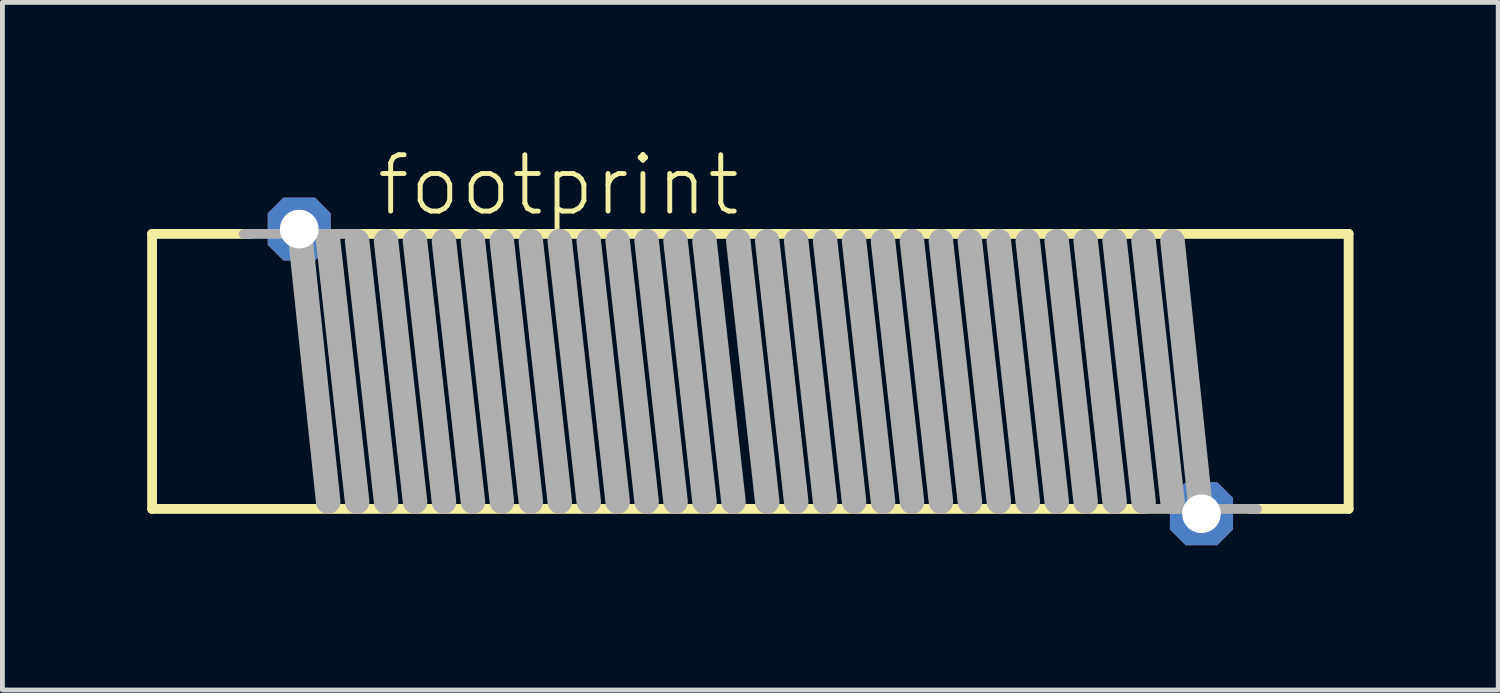
<source format=kicad_pcb>
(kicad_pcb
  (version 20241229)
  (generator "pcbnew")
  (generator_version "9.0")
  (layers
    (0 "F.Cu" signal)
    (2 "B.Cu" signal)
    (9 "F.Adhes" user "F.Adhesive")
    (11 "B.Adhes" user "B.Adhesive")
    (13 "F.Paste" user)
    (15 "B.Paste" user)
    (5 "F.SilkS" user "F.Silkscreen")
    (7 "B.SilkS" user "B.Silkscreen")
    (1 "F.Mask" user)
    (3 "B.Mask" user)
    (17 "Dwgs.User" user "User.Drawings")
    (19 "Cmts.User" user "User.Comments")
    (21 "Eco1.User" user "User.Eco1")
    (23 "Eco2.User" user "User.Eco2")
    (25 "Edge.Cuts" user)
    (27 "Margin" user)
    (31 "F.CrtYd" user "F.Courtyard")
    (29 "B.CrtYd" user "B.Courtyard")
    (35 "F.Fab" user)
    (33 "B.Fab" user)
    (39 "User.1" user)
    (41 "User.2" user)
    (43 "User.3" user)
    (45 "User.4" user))
  (footprint "footprint"
    (layer "F.Cu")
    (at 12.502 4.648)
    (property "Reference" "footprint" (at -7.8 -3.175 0) (layer "F.SilkS") (effects (font (size 1.168 1.168) (thickness 0.102)) (justify left bottom)))
    (fp_line (start -12.4 -2.85) (end -10.35 -2.85) (stroke (width 0.203) (type solid)) (layer "F.SilkS"))
    (fp_line (start -12.4 2.85) (end -12.4 -2.85) (stroke (width 0.203) (type solid)) (layer "F.SilkS"))
    (fp_line (start -8.15 -2.85) (end 12.4 -2.85) (stroke (width 0.203) (type solid)) (layer "F.SilkS"))
    (fp_line (start 8.15 2.85) (end -12.4 2.85) (stroke (width 0.203) (type solid)) (layer "F.SilkS"))
    (fp_line (start 12.4 -2.85) (end 12.4 2.85) (stroke (width 0.203) (type solid)) (layer "F.SilkS"))
    (fp_line (start 12.4 2.85) (end 10.35 2.85) (stroke (width 0.203) (type solid)) (layer "F.SilkS"))
    (fp_line (start -10.5 -2.85) (end -8.15 -2.85) (stroke (width 0.203) (type solid)) (layer "F.Fab"))
    (fp_line (start -8.75 2.7) (end -9.35 -3) (stroke (width 0.508) (type solid)) (layer "F.Fab"))
    (fp_line (start -8.15 2.7) (end -8.75 -2.7) (stroke (width 0.508) (type solid)) (layer "F.Fab"))
    (fp_line (start -7.55 2.7) (end -8.15 -2.7) (stroke (width 0.508) (type solid)) (layer "F.Fab"))
    (fp_line (start -6.95 2.7) (end -7.55 -2.7) (stroke (width 0.508) (type solid)) (layer "F.Fab"))
    (fp_line (start -6.35 2.7) (end -6.95 -2.7) (stroke (width 0.508) (type solid)) (layer "F.Fab"))
    (fp_line (start -5.75 2.7) (end -6.35 -2.7) (stroke (width 0.508) (type solid)) (layer "F.Fab"))
    (fp_line (start -5.15 2.7) (end -5.75 -2.7) (stroke (width 0.508) (type solid)) (layer "F.Fab"))
    (fp_line (start -4.55 2.7) (end -5.15 -2.7) (stroke (width 0.508) (type solid)) (layer "F.Fab"))
    (fp_line (start -3.95 2.7) (end -4.55 -2.7) (stroke (width 0.508) (type solid)) (layer "F.Fab"))
    (fp_line (start -3.35 2.7) (end -3.95 -2.7) (stroke (width 0.508) (type solid)) (layer "F.Fab"))
    (fp_line (start -2.75 2.7) (end -3.35 -2.7) (stroke (width 0.508) (type solid)) (layer "F.Fab"))
    (fp_line (start -2.15 2.7) (end -2.75 -2.7) (stroke (width 0.508) (type solid)) (layer "F.Fab"))
    (fp_line (start -1.55 2.7) (end -2.15 -2.7) (stroke (width 0.508) (type solid)) (layer "F.Fab"))
    (fp_line (start -0.95 2.7) (end -1.55 -2.7) (stroke (width 0.508) (type solid)) (layer "F.Fab"))
    (fp_line (start -0.35 2.7) (end -0.95 -2.7) (stroke (width 0.508) (type solid)) (layer "F.Fab"))
    (fp_line (start 0.35 2.7) (end -0.25 -2.7) (stroke (width 0.508) (type solid)) (layer "F.Fab"))
    (fp_line (start 0.95 2.7) (end 0.35 -2.7) (stroke (width 0.508) (type solid)) (layer "F.Fab"))
    (fp_line (start 1.55 2.7) (end 0.95 -2.7) (stroke (width 0.508) (type solid)) (layer "F.Fab"))
    (fp_line (start 2.15 2.7) (end 1.55 -2.7) (stroke (width 0.508) (type solid)) (layer "F.Fab"))
    (fp_line (start 2.75 2.7) (end 2.15 -2.7) (stroke (width 0.508) (type solid)) (layer "F.Fab"))
    (fp_line (start 3.35 2.7) (end 2.75 -2.7) (stroke (width 0.508) (type solid)) (layer "F.Fab"))
    (fp_line (start 3.95 2.7) (end 3.35 -2.7) (stroke (width 0.508) (type solid)) (layer "F.Fab"))
    (fp_line (start 4.55 2.7) (end 3.95 -2.7) (stroke (width 0.508) (type solid)) (layer "F.Fab"))
    (fp_line (start 5.15 2.7) (end 4.55 -2.7) (stroke (width 0.508) (type solid)) (layer "F.Fab"))
    (fp_line (start 5.75 2.7) (end 5.15 -2.7) (stroke (width 0.508) (type solid)) (layer "F.Fab"))
    (fp_line (start 6.35 2.7) (end 5.75 -2.7) (stroke (width 0.508) (type solid)) (layer "F.Fab"))
    (fp_line (start 6.95 2.7) (end 6.35 -2.7) (stroke (width 0.508) (type solid)) (layer "F.Fab"))
    (fp_line (start 7.55 2.7) (end 6.95 -2.7) (stroke (width 0.508) (type solid)) (layer "F.Fab"))
    (fp_line (start 8.15 2.7) (end 7.55 -2.7) (stroke (width 0.508) (type solid)) (layer "F.Fab"))
    (fp_line (start 8.75 2.7) (end 8.15 -2.7) (stroke (width 0.508) (type solid)) (layer "F.Fab"))
    (fp_line (start 9.35 3) (end 8.75 -2.7) (stroke (width 0.508) (type solid)) (layer "F.Fab"))
    (fp_line (start 10.5 2.85) (end 8.15 2.85) (stroke (width 0.203) (type solid)) (layer "F.Fab"))
    (pad "1" thru_hole roundrect (at 9.35 2.95) (size 1.308 1.308) (drill 0.8) (layers "*.Cu" "*.Mask") (roundrect_rratio 0.25) (chamfer_ratio 0.25) (chamfer top_left top_right bottom_left bottom_right))
    (pad "2" thru_hole roundrect (at -9.35 -2.95) (size 1.308 1.308) (drill 0.8) (layers "*.Cu" "*.Mask") (roundrect_rratio 0.25) (chamfer_ratio 0.25) (chamfer top_left top_right bottom_left bottom_right)))
  (gr_rect
    (start -3 -3)
    (end 28.003 11.252)
    (stroke (width 0.1) (type default))
    (fill no)
    (layer "Edge.Cuts")))
</source>
